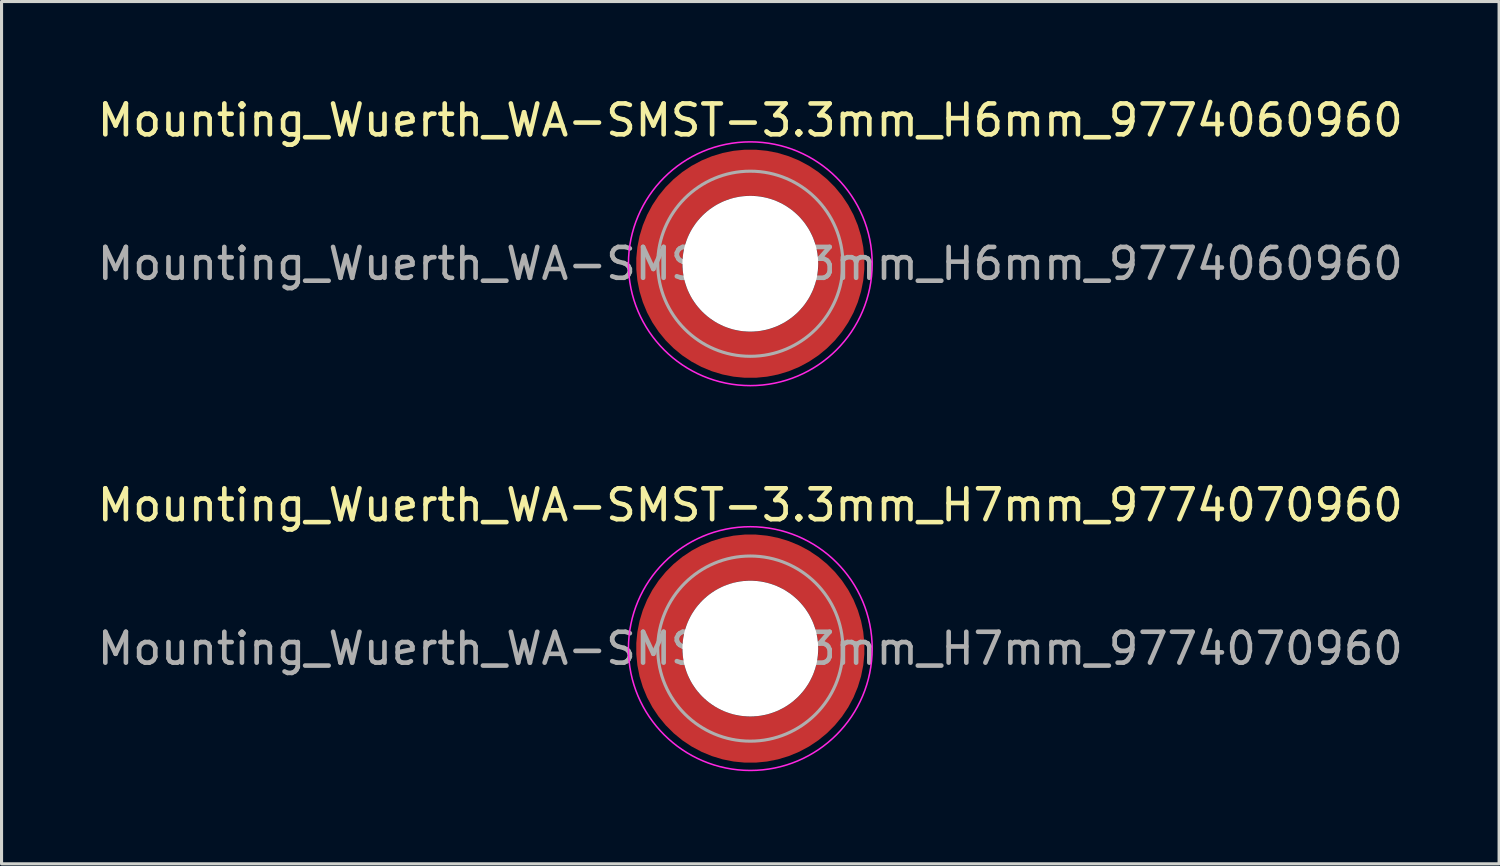
<source format=kicad_pcb>
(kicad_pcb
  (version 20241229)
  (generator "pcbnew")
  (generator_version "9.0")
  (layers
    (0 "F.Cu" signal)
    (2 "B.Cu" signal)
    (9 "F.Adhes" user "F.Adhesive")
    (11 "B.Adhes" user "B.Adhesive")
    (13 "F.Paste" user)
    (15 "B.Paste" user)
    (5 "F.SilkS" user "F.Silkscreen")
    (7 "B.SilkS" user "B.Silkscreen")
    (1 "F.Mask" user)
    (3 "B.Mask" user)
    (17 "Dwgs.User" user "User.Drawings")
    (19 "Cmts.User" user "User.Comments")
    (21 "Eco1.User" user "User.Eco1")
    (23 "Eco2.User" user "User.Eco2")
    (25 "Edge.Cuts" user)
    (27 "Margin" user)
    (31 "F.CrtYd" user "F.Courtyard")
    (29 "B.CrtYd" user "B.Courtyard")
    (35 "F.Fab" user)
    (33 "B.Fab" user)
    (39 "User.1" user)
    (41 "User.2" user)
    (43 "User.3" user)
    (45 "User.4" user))
  (footprint "Mounting_Wuerth_WA-SMST-3.3mm_H7mm_9774070960"
    (layer "F.Cu")
    (at 21.268 17.971)
    (property "Reference" "Mounting_Wuerth_WA-SMST-3.3mm_H7mm_9774070960" (at 0 -4.65 0) (layer "F.SilkS") (effects (font (size 1 1) (thickness 0.15))))
    (attr smd)
    (fp_circle (center 0 0) (end 3.95 0) (stroke (width 0.05) (type solid)) (fill no) (layer "F.CrtYd"))
    (fp_circle (center 0 0) (end 3 0) (stroke (width 0.1) (type solid)) (fill no) (layer "F.Fab"))
    (fp_text user "${REFERENCE}" (at 0 0 0) (layer "F.Fab") (effects (font (size 1 1) (thickness 0.15))))
    (pad "" smd custom (at -2.058 -2.058) (size 0.7 0.7) (layers "F.Paste") (options (anchor circle)) (primitives (gr_arc (start -0.377294 1.707681) (mid 0.317578 0.318817) (end 1.705947 -0.377044) (width 0.2)) (gr_arc (start -0.478281 1.707681) (mid 0.246161 0.248814) (end 1.703965 -0.477765) (width 0.2)) (gr_arc (start -0.579192 1.707681) (mid 0.175492 0.178063) (end 1.704077 -0.578711) (width 0.2)) (gr_arc (start -0.680037 1.707681) (mid 0.105568 0.106564) (end 1.706284 -0.679858) (width 0.2)) (gr_arc (start -0.780822 1.707681) (mid 0.034627 0.036085) (end 1.705634 -0.780569) (width 0.2)) (gr_arc (start -0.881554 1.707681) (mid -0.035694 -0.035016) (end 1.706729 -0.881441) (width 0.2)) (gr_arc (start -0.982237 1.707681) (mid -0.107281 -0.10485) (end 1.704266 -0.981843) (width 0.2)) (gr_arc (start -1.082877 1.707681) (mid -0.178372 -0.175181) (end 1.703197 -1.082374) (width 0.2)) (gr_arc (start -1.183476 1.707681) (mid -0.248964 -0.246008) (end 1.703525 -1.183025) (width 0.2)) (gr_arc (start -1.28404 1.707681) (mid -0.319062 -0.317334) (end 1.70525 -1.283784) (width 0.2)) (gr_line (start 1.708 -0.377) (end 1.708 -1.284) (width 0.2)) (gr_line (start -0.377 1.708) (end -1.284 1.708) (width 0.2))))
    (pad "" smd custom (at -2.058 2.058) (size 0.7 0.7) (layers "F.Paste") (options (anchor circle)) (primitives (gr_arc (start 1.707681 0.377294) (mid 0.318817 -0.317578) (end -0.377044 -1.705947) (width 0.2)) (gr_arc (start 1.707681 0.478281) (mid 0.248814 -0.246161) (end -0.477765 -1.703965) (width 0.2)) (gr_arc (start 1.707681 0.579192) (mid 0.178063 -0.175492) (end -0.578711 -1.704077) (width 0.2)) (gr_arc (start 1.707681 0.680037) (mid 0.106564 -0.105568) (end -0.679858 -1.706284) (width 0.2)) (gr_arc (start 1.707681 0.780822) (mid 0.036085 -0.034626) (end -0.780569 -1.705634) (width 0.2)) (gr_arc (start 1.707681 0.881554) (mid -0.035016 0.035694) (end -0.881441 -1.706729) (width 0.2)) (gr_arc (start 1.707681 0.982237) (mid -0.10485 0.107281) (end -0.981842 -1.704266) (width 0.2)) (gr_arc (start 1.707681 1.082877) (mid -0.175181 0.178372) (end -1.082374 -1.703197) (width 0.2)) (gr_arc (start 1.707681 1.183476) (mid -0.246008 0.248964) (end -1.183025 -1.703525) (width 0.2)) (gr_arc (start 1.707681 1.28404) (mid -0.317334 0.319062) (end -1.283784 -1.70525) (width 0.2)) (gr_line (start -0.377 -1.708) (end -1.284 -1.708) (width 0.2)) (gr_line (start 1.708 0.377) (end 1.708 1.284) (width 0.2))))
    (pad "" np_thru_hole circle (at 0 0) (size 4.4 4.4) (drill 4.4) (layers "*.Cu" "*.Mask"))
    (pad "" smd custom (at 2.058 -2.058) (size 0.7 0.7) (layers "F.Paste") (options (anchor circle)) (primitives (gr_arc (start -1.707681 -0.377294) (mid -0.318817 0.317579) (end 0.377044 1.705947) (width 0.2)) (gr_arc (start -1.707681 -0.478281) (mid -0.248814 0.246161) (end 0.477765 1.703965) (width 0.2)) (gr_arc (start -1.707681 -0.579192) (mid -0.178063 0.175492) (end 0.578711 1.704077) (width 0.2)) (gr_arc (start -1.707681 -0.680037) (mid -0.106564 0.105568) (end 0.679858 1.706284) (width 0.2)) (gr_arc (start -1.707681 -0.780822) (mid -0.036085 0.034627) (end 0.780569 1.705634) (width 0.2)) (gr_arc (start -1.707681 -0.881554) (mid 0.035016 -0.035694) (end 0.881441 1.706729) (width 0.2)) (gr_arc (start -1.707681 -0.982237) (mid 0.10485 -0.107281) (end 0.981843 1.704266) (width 0.2)) (gr_arc (start -1.707681 -1.082877) (mid 0.175181 -0.178372) (end 1.082374 1.703197) (width 0.2)) (gr_arc (start -1.707681 -1.183476) (mid 0.246008 -0.248964) (end 1.183025 1.703525) (width 0.2)) (gr_arc (start -1.707681 -1.28404) (mid 0.317333 -0.319062) (end 1.283784 1.70525) (width 0.2)) (gr_line (start 0.377 1.708) (end 1.284 1.708) (width 0.2)) (gr_line (start -1.708 -0.377) (end -1.708 -1.284) (width 0.2))))
    (pad "" smd custom (at 2.058 2.058) (size 0.7 0.7) (layers "F.Paste") (options (anchor circle)) (primitives (gr_arc (start 0.377294 -1.707681) (mid -0.317579 -0.318817) (end -1.705947 0.377044) (width 0.2)) (gr_arc (start 0.478281 -1.707681) (mid -0.246161 -0.248814) (end -1.703965 0.477765) (width 0.2)) (gr_arc (start 0.579192 -1.707681) (mid -0.175492 -0.178063) (end -1.704077 0.578711) (width 0.2)) (gr_arc (start 0.680037 -1.707681) (mid -0.105568 -0.106564) (end -1.706284 0.679858) (width 0.2)) (gr_arc (start 0.780822 -1.707681) (mid -0.034627 -0.036085) (end -1.705634 0.780569) (width 0.2)) (gr_arc (start 0.881554 -1.707681) (mid 0.035694 0.035016) (end -1.706729 0.881441) (width 0.2)) (gr_arc (start 0.982237 -1.707681) (mid 0.107281 0.10485) (end -1.704266 0.981843) (width 0.2)) (gr_arc (start 1.082877 -1.707681) (mid 0.178372 0.175181) (end -1.703197 1.082374) (width 0.2)) (gr_arc (start 1.183476 -1.707681) (mid 0.248964 0.246008) (end -1.703525 1.183025) (width 0.2)) (gr_arc (start 1.28404 -1.707681) (mid 0.319062 0.317333) (end -1.70525 1.283784) (width 0.2)) (gr_line (start -1.708 0.377) (end -1.708 1.284) (width 0.2)) (gr_line (start 0.377 -1.708) (end 1.284 -1.708) (width 0.2))))
    (pad "1" smd circle (at -2.95 0) (size 1.1 1.1) (layers "F.Cu"))
    (pad "1" smd circle (at 0 -2.95) (size 1.1 1.1) (layers "F.Cu"))
    (pad "1" smd circle (at 0 2.95) (size 1.1 1.1) (layers "F.Cu"))
    (pad "1" smd custom (at 2.95 0) (size 1.1 1.1) (layers "F.Cu" "F.Mask") (options (anchor circle)) (primitives (gr_circle (center -2.95 0) (end 0 0) (width 1.5) (fill no)))))
  (footprint "Mounting_Wuerth_WA-SMST-3.3mm_H6mm_9774060960"
    (layer "F.Cu")
    (at 21.268 5.498)
    (property "Reference" "Mounting_Wuerth_WA-SMST-3.3mm_H6mm_9774060960" (at 0 -4.65 0) (layer "F.SilkS") (effects (font (size 1 1) (thickness 0.15))))
    (attr smd)
    (fp_circle (center 0 0) (end 3.95 0) (stroke (width 0.05) (type solid)) (fill no) (layer "F.CrtYd"))
    (fp_circle (center 0 0) (end 3 0) (stroke (width 0.1) (type solid)) (fill no) (layer "F.Fab"))
    (fp_text user "${REFERENCE}" (at 0 0 0) (layer "F.Fab") (effects (font (size 1 1) (thickness 0.15))))
    (pad "" smd custom (at -2.058 -2.058) (size 0.7 0.7) (layers "F.Paste") (options (anchor circle)) (primitives (gr_arc (start -0.377294 1.707681) (mid 0.317578 0.318817) (end 1.705947 -0.377044) (width 0.2)) (gr_arc (start -0.478281 1.707681) (mid 0.246161 0.248814) (end 1.703965 -0.477765) (width 0.2)) (gr_arc (start -0.579192 1.707681) (mid 0.175492 0.178063) (end 1.704077 -0.578711) (width 0.2)) (gr_arc (start -0.680037 1.707681) (mid 0.105568 0.106564) (end 1.706284 -0.679858) (width 0.2)) (gr_arc (start -0.780822 1.707681) (mid 0.034627 0.036085) (end 1.705634 -0.780569) (width 0.2)) (gr_arc (start -0.881554 1.707681) (mid -0.035694 -0.035016) (end 1.706729 -0.881441) (width 0.2)) (gr_arc (start -0.982237 1.707681) (mid -0.107281 -0.10485) (end 1.704266 -0.981843) (width 0.2)) (gr_arc (start -1.082877 1.707681) (mid -0.178372 -0.175181) (end 1.703197 -1.082374) (width 0.2)) (gr_arc (start -1.183476 1.707681) (mid -0.248964 -0.246008) (end 1.703525 -1.183025) (width 0.2)) (gr_arc (start -1.28404 1.707681) (mid -0.319062 -0.317334) (end 1.70525 -1.283784) (width 0.2)) (gr_line (start 1.708 -0.377) (end 1.708 -1.284) (width 0.2)) (gr_line (start -0.377 1.708) (end -1.284 1.708) (width 0.2))))
    (pad "" smd custom (at -2.058 2.058) (size 0.7 0.7) (layers "F.Paste") (options (anchor circle)) (primitives (gr_arc (start 1.707681 0.377294) (mid 0.318817 -0.317578) (end -0.377044 -1.705947) (width 0.2)) (gr_arc (start 1.707681 0.478281) (mid 0.248814 -0.246161) (end -0.477765 -1.703965) (width 0.2)) (gr_arc (start 1.707681 0.579192) (mid 0.178063 -0.175492) (end -0.578711 -1.704077) (width 0.2)) (gr_arc (start 1.707681 0.680037) (mid 0.106564 -0.105568) (end -0.679858 -1.706284) (width 0.2)) (gr_arc (start 1.707681 0.780822) (mid 0.036085 -0.034626) (end -0.780569 -1.705634) (width 0.2)) (gr_arc (start 1.707681 0.881554) (mid -0.035016 0.035694) (end -0.881441 -1.706729) (width 0.2)) (gr_arc (start 1.707681 0.982237) (mid -0.10485 0.107281) (end -0.981842 -1.704266) (width 0.2)) (gr_arc (start 1.707681 1.082877) (mid -0.175181 0.178372) (end -1.082374 -1.703197) (width 0.2)) (gr_arc (start 1.707681 1.183476) (mid -0.246008 0.248964) (end -1.183025 -1.703525) (width 0.2)) (gr_arc (start 1.707681 1.28404) (mid -0.317334 0.319062) (end -1.283784 -1.70525) (width 0.2)) (gr_line (start -0.377 -1.708) (end -1.284 -1.708) (width 0.2)) (gr_line (start 1.708 0.377) (end 1.708 1.284) (width 0.2))))
    (pad "" np_thru_hole circle (at 0 0) (size 4.4 4.4) (drill 4.4) (layers "*.Cu" "*.Mask"))
    (pad "" smd custom (at 2.058 -2.058) (size 0.7 0.7) (layers "F.Paste") (options (anchor circle)) (primitives (gr_arc (start -1.707681 -0.377294) (mid -0.318817 0.317579) (end 0.377044 1.705947) (width 0.2)) (gr_arc (start -1.707681 -0.478281) (mid -0.248814 0.246161) (end 0.477765 1.703965) (width 0.2)) (gr_arc (start -1.707681 -0.579192) (mid -0.178063 0.175492) (end 0.578711 1.704077) (width 0.2)) (gr_arc (start -1.707681 -0.680037) (mid -0.106564 0.105568) (end 0.679858 1.706284) (width 0.2)) (gr_arc (start -1.707681 -0.780822) (mid -0.036085 0.034627) (end 0.780569 1.705634) (width 0.2)) (gr_arc (start -1.707681 -0.881554) (mid 0.035016 -0.035694) (end 0.881441 1.706729) (width 0.2)) (gr_arc (start -1.707681 -0.982237) (mid 0.10485 -0.107281) (end 0.981843 1.704266) (width 0.2)) (gr_arc (start -1.707681 -1.082877) (mid 0.175181 -0.178372) (end 1.082374 1.703197) (width 0.2)) (gr_arc (start -1.707681 -1.183476) (mid 0.246008 -0.248964) (end 1.183025 1.703525) (width 0.2)) (gr_arc (start -1.707681 -1.28404) (mid 0.317333 -0.319062) (end 1.283784 1.70525) (width 0.2)) (gr_line (start 0.377 1.708) (end 1.284 1.708) (width 0.2)) (gr_line (start -1.708 -0.377) (end -1.708 -1.284) (width 0.2))))
    (pad "" smd custom (at 2.058 2.058) (size 0.7 0.7) (layers "F.Paste") (options (anchor circle)) (primitives (gr_arc (start 0.377294 -1.707681) (mid -0.317579 -0.318817) (end -1.705947 0.377044) (width 0.2)) (gr_arc (start 0.478281 -1.707681) (mid -0.246161 -0.248814) (end -1.703965 0.477765) (width 0.2)) (gr_arc (start 0.579192 -1.707681) (mid -0.175492 -0.178063) (end -1.704077 0.578711) (width 0.2)) (gr_arc (start 0.680037 -1.707681) (mid -0.105568 -0.106564) (end -1.706284 0.679858) (width 0.2)) (gr_arc (start 0.780822 -1.707681) (mid -0.034627 -0.036085) (end -1.705634 0.780569) (width 0.2)) (gr_arc (start 0.881554 -1.707681) (mid 0.035694 0.035016) (end -1.706729 0.881441) (width 0.2)) (gr_arc (start 0.982237 -1.707681) (mid 0.107281 0.10485) (end -1.704266 0.981843) (width 0.2)) (gr_arc (start 1.082877 -1.707681) (mid 0.178372 0.175181) (end -1.703197 1.082374) (width 0.2)) (gr_arc (start 1.183476 -1.707681) (mid 0.248964 0.246008) (end -1.703525 1.183025) (width 0.2)) (gr_arc (start 1.28404 -1.707681) (mid 0.319062 0.317333) (end -1.70525 1.283784) (width 0.2)) (gr_line (start -1.708 0.377) (end -1.708 1.284) (width 0.2)) (gr_line (start 0.377 -1.708) (end 1.284 -1.708) (width 0.2))))
    (pad "1" smd circle (at -2.95 0) (size 1.1 1.1) (layers "F.Cu"))
    (pad "1" smd circle (at 0 -2.95) (size 1.1 1.1) (layers "F.Cu"))
    (pad "1" smd circle (at 0 2.95) (size 1.1 1.1) (layers "F.Cu"))
    (pad "1" smd custom (at 2.95 0) (size 1.1 1.1) (layers "F.Cu" "F.Mask") (options (anchor circle)) (primitives (gr_circle (center -2.95 0) (end 0 0) (width 1.5) (fill no)))))
  (gr_rect
    (start -3 -3)
    (end 45.536 24.947)
    (stroke (width 0.1) (type default))
    (fill no)
    (layer "Edge.Cuts")))
</source>
